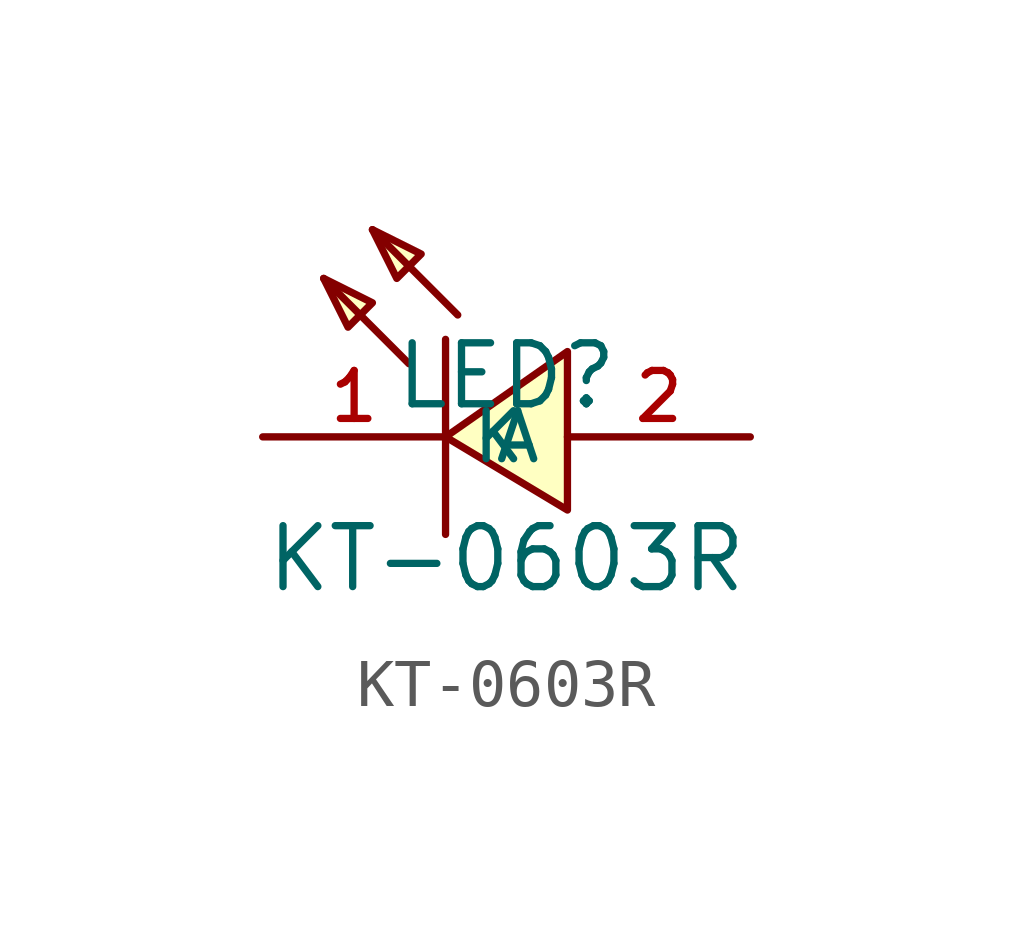
<source format=kicad_sym>
(kicad_symbol_lib
  (version 20210201)
  (generator TousstNicolas/JLC2KiCad_lib)
  (symbol "KT-0603R"
    (property "Reference" "LED"
      (at 0 1.27 0)
      (effects (font (size 1.27 1.27))))
    (property "Value" "KT-0603R"
      (at 0 -2.54 0)
      (effects (font (size 1.27 1.27))))
    (symbol "KT-0603R_0_1"
      (polyline (pts (xy -3.81 3.302) (xy -2.794 2.794) (xy -3.302 2.286) (xy -3.81 3.302)) (stroke (width 0) (type default) (color 0 0 0 0)) (fill (type background)))
      (polyline (pts (xy -2.794 4.318) (xy -1.778 3.81) (xy -2.286 3.302) (xy -2.794 4.318)) (stroke (width 0) (type default) (color 0 0 0 0)) (fill (type background)))
      (pin unspecified line (at -5.08 -0.0 0) (length 3.81) (name "K" (effects (font (size 1 1)))) (number "1" (effects (font (size 1 1)))))
      (polyline (pts (xy -2.032 1.524) (xy -3.81 3.302)) (stroke (width 0) (type default) (color 0 0 0 0)) (fill (type none)))
      (polyline (pts (xy -1.016 2.54) (xy -2.794 4.318)) (stroke (width 0) (type default) (color 0 0 0 0)) (fill (type none)))
      (pin unspecified line (at 5.08 -0.0 180) (length 3.81) (name "A" (effects (font (size 1 1)))) (number "2" (effects (font (size 1 1)))))
      (polyline (pts (xy -1.27 2.032) (xy -1.27 -2.032)) (stroke (width 0) (type default) (color 0 0 0 0)) (fill (type none)))
      (polyline (pts (xy 1.27 -1.524) (xy -1.27 -0.0) (xy 1.27 1.778) (xy 1.27 -1.524)) (stroke (width 0) (type default) (color 0 0 0 0)) (fill (type background))))))
</source>
